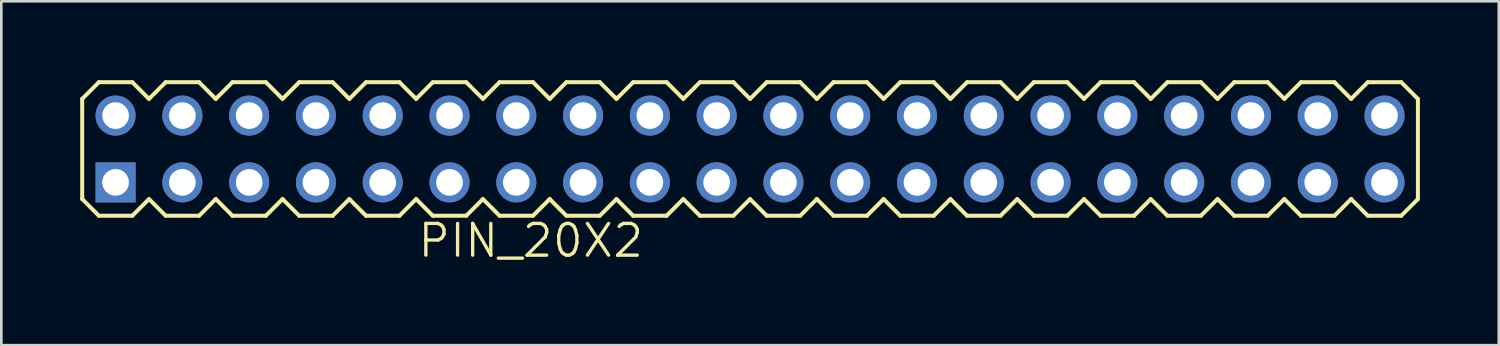
<source format=kicad_pcb>
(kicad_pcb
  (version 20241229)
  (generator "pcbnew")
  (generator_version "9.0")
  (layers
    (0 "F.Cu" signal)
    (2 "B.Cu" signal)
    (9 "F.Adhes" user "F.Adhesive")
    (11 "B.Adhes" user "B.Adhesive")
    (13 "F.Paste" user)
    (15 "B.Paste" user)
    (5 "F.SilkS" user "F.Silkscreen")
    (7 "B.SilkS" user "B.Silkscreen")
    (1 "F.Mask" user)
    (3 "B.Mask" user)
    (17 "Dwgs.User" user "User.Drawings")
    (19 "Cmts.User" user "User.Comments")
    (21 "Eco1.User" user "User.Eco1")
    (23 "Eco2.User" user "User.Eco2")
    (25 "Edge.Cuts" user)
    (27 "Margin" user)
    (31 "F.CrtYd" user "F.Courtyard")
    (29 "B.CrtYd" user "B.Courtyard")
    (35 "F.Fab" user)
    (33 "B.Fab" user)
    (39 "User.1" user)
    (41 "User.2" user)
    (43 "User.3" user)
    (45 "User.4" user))
  (footprint "PIN_20X2"
    (layer "F.Cu")
    (at 25.476 2.616)
    (property "Reference" "PIN_20X2" (at -12.7 4.191 0) (layer "F.SilkS") (effects (font (size 1.206 1.206) (thickness 0.127)) (justify left bottom)))
    (attr through_hole)
    (fp_line (start -25.4 -1.905) (end -25.4 1.905) (stroke (width 0.152) (type solid)) (layer "F.SilkS"))
    (fp_line (start -25.4 1.905) (end -24.765 2.54) (stroke (width 0.152) (type solid)) (layer "F.SilkS"))
    (fp_line (start -24.765 -2.54) (end -25.4 -1.905) (stroke (width 0.152) (type solid)) (layer "F.SilkS"))
    (fp_line (start -24.765 -2.54) (end -23.495 -2.54) (stroke (width 0.152) (type solid)) (layer "F.SilkS"))
    (fp_line (start -23.495 -2.54) (end -22.86 -1.905) (stroke (width 0.152) (type solid)) (layer "F.SilkS"))
    (fp_line (start -23.495 2.54) (end -24.765 2.54) (stroke (width 0.152) (type solid)) (layer "F.SilkS"))
    (fp_line (start -22.86 -1.905) (end -22.225 -2.54) (stroke (width 0.152) (type solid)) (layer "F.SilkS"))
    (fp_line (start -22.86 1.905) (end -23.495 2.54) (stroke (width 0.152) (type solid)) (layer "F.SilkS"))
    (fp_line (start -22.225 -2.54) (end -20.955 -2.54) (stroke (width 0.152) (type solid)) (layer "F.SilkS"))
    (fp_line (start -22.225 2.54) (end -22.86 1.905) (stroke (width 0.152) (type solid)) (layer "F.SilkS"))
    (fp_line (start -20.955 -2.54) (end -20.32 -1.905) (stroke (width 0.152) (type solid)) (layer "F.SilkS"))
    (fp_line (start -20.955 2.54) (end -22.225 2.54) (stroke (width 0.152) (type solid)) (layer "F.SilkS"))
    (fp_line (start -20.32 -1.905) (end -19.685 -2.54) (stroke (width 0.152) (type solid)) (layer "F.SilkS"))
    (fp_line (start -20.32 1.905) (end -20.955 2.54) (stroke (width 0.152) (type solid)) (layer "F.SilkS"))
    (fp_line (start -19.685 -2.54) (end -18.415 -2.54) (stroke (width 0.152) (type solid)) (layer "F.SilkS"))
    (fp_line (start -19.685 2.54) (end -20.32 1.905) (stroke (width 0.152) (type solid)) (layer "F.SilkS"))
    (fp_line (start -18.415 -2.54) (end -17.78 -1.905) (stroke (width 0.152) (type solid)) (layer "F.SilkS"))
    (fp_line (start -18.415 2.54) (end -19.685 2.54) (stroke (width 0.152) (type solid)) (layer "F.SilkS"))
    (fp_line (start -17.78 1.905) (end -18.415 2.54) (stroke (width 0.152) (type solid)) (layer "F.SilkS"))
    (fp_line (start -17.78 1.905) (end -17.145 2.54) (stroke (width 0.152) (type solid)) (layer "F.SilkS"))
    (fp_line (start -17.145 -2.54) (end -17.78 -1.905) (stroke (width 0.152) (type solid)) (layer "F.SilkS"))
    (fp_line (start -17.145 -2.54) (end -15.875 -2.54) (stroke (width 0.152) (type solid)) (layer "F.SilkS"))
    (fp_line (start -15.875 -2.54) (end -15.24 -1.905) (stroke (width 0.152) (type solid)) (layer "F.SilkS"))
    (fp_line (start -15.875 2.54) (end -17.145 2.54) (stroke (width 0.152) (type solid)) (layer "F.SilkS"))
    (fp_line (start -15.24 -1.905) (end -14.605 -2.54) (stroke (width 0.152) (type solid)) (layer "F.SilkS"))
    (fp_line (start -15.24 1.905) (end -15.875 2.54) (stroke (width 0.152) (type solid)) (layer "F.SilkS"))
    (fp_line (start -14.605 -2.54) (end -13.335 -2.54) (stroke (width 0.152) (type solid)) (layer "F.SilkS"))
    (fp_line (start -14.605 2.54) (end -15.24 1.905) (stroke (width 0.152) (type solid)) (layer "F.SilkS"))
    (fp_line (start -13.335 -2.54) (end -12.7 -1.905) (stroke (width 0.152) (type solid)) (layer "F.SilkS"))
    (fp_line (start -13.335 2.54) (end -14.605 2.54) (stroke (width 0.152) (type solid)) (layer "F.SilkS"))
    (fp_line (start -12.7 -1.905) (end -12.065 -2.54) (stroke (width 0.152) (type solid)) (layer "F.SilkS"))
    (fp_line (start -12.7 1.905) (end -13.335 2.54) (stroke (width 0.152) (type solid)) (layer "F.SilkS"))
    (fp_line (start -12.065 -2.54) (end -10.795 -2.54) (stroke (width 0.152) (type solid)) (layer "F.SilkS"))
    (fp_line (start -12.065 2.54) (end -12.7 1.905) (stroke (width 0.152) (type solid)) (layer "F.SilkS"))
    (fp_line (start -10.795 -2.54) (end -10.16 -1.905) (stroke (width 0.152) (type solid)) (layer "F.SilkS"))
    (fp_line (start -10.795 2.54) (end -12.065 2.54) (stroke (width 0.152) (type solid)) (layer "F.SilkS"))
    (fp_line (start -10.16 -1.905) (end -9.525 -2.54) (stroke (width 0.152) (type solid)) (layer "F.SilkS"))
    (fp_line (start -10.16 1.905) (end -10.795 2.54) (stroke (width 0.152) (type solid)) (layer "F.SilkS"))
    (fp_line (start -9.525 -2.54) (end -8.255 -2.54) (stroke (width 0.152) (type solid)) (layer "F.SilkS"))
    (fp_line (start -9.525 2.54) (end -10.16 1.905) (stroke (width 0.152) (type solid)) (layer "F.SilkS"))
    (fp_line (start -8.255 -2.54) (end -7.62 -1.905) (stroke (width 0.152) (type solid)) (layer "F.SilkS"))
    (fp_line (start -8.255 2.54) (end -9.525 2.54) (stroke (width 0.152) (type solid)) (layer "F.SilkS"))
    (fp_line (start -7.62 1.905) (end -8.255 2.54) (stroke (width 0.152) (type solid)) (layer "F.SilkS"))
    (fp_line (start -7.62 1.905) (end -6.985 2.54) (stroke (width 0.152) (type solid)) (layer "F.SilkS"))
    (fp_line (start -6.985 -2.54) (end -7.62 -1.905) (stroke (width 0.152) (type solid)) (layer "F.SilkS"))
    (fp_line (start -6.985 -2.54) (end -5.715 -2.54) (stroke (width 0.152) (type solid)) (layer "F.SilkS"))
    (fp_line (start -5.715 -2.54) (end -5.08 -1.905) (stroke (width 0.152) (type solid)) (layer "F.SilkS"))
    (fp_line (start -5.715 2.54) (end -6.985 2.54) (stroke (width 0.152) (type solid)) (layer "F.SilkS"))
    (fp_line (start -5.08 -1.905) (end -4.445 -2.54) (stroke (width 0.152) (type solid)) (layer "F.SilkS"))
    (fp_line (start -5.08 1.905) (end -5.715 2.54) (stroke (width 0.152) (type solid)) (layer "F.SilkS"))
    (fp_line (start -4.445 -2.54) (end -3.175 -2.54) (stroke (width 0.152) (type solid)) (layer "F.SilkS"))
    (fp_line (start -4.445 2.54) (end -5.08 1.905) (stroke (width 0.152) (type solid)) (layer "F.SilkS"))
    (fp_line (start -3.175 -2.54) (end -2.54 -1.905) (stroke (width 0.152) (type solid)) (layer "F.SilkS"))
    (fp_line (start -3.175 2.54) (end -4.445 2.54) (stroke (width 0.152) (type solid)) (layer "F.SilkS"))
    (fp_line (start -2.54 -1.905) (end -1.905 -2.54) (stroke (width 0.152) (type solid)) (layer "F.SilkS"))
    (fp_line (start -2.54 1.905) (end -3.175 2.54) (stroke (width 0.152) (type solid)) (layer "F.SilkS"))
    (fp_line (start -1.905 -2.54) (end -0.635 -2.54) (stroke (width 0.152) (type solid)) (layer "F.SilkS"))
    (fp_line (start -1.905 2.54) (end -2.54 1.905) (stroke (width 0.152) (type solid)) (layer "F.SilkS"))
    (fp_line (start -0.635 -2.54) (end 0 -1.905) (stroke (width 0.152) (type solid)) (layer "F.SilkS"))
    (fp_line (start -0.635 2.54) (end -1.905 2.54) (stroke (width 0.152) (type solid)) (layer "F.SilkS"))
    (fp_line (start 0 1.905) (end -0.635 2.54) (stroke (width 0.152) (type solid)) (layer "F.SilkS"))
    (fp_line (start 0 1.905) (end 0.635 2.54) (stroke (width 0.152) (type solid)) (layer "F.SilkS"))
    (fp_line (start 0.635 -2.54) (end 0 -1.905) (stroke (width 0.152) (type solid)) (layer "F.SilkS"))
    (fp_line (start 0.635 -2.54) (end 1.905 -2.54) (stroke (width 0.152) (type solid)) (layer "F.SilkS"))
    (fp_line (start 1.905 -2.54) (end 2.54 -1.905) (stroke (width 0.152) (type solid)) (layer "F.SilkS"))
    (fp_line (start 1.905 2.54) (end 0.635 2.54) (stroke (width 0.152) (type solid)) (layer "F.SilkS"))
    (fp_line (start 2.54 -1.905) (end 3.175 -2.54) (stroke (width 0.152) (type solid)) (layer "F.SilkS"))
    (fp_line (start 2.54 1.905) (end 1.905 2.54) (stroke (width 0.152) (type solid)) (layer "F.SilkS"))
    (fp_line (start 3.175 -2.54) (end 4.445 -2.54) (stroke (width 0.152) (type solid)) (layer "F.SilkS"))
    (fp_line (start 3.175 2.54) (end 2.54 1.905) (stroke (width 0.152) (type solid)) (layer "F.SilkS"))
    (fp_line (start 4.445 -2.54) (end 5.08 -1.905) (stroke (width 0.152) (type solid)) (layer "F.SilkS"))
    (fp_line (start 4.445 2.54) (end 3.175 2.54) (stroke (width 0.152) (type solid)) (layer "F.SilkS"))
    (fp_line (start 5.08 -1.905) (end 5.715 -2.54) (stroke (width 0.152) (type solid)) (layer "F.SilkS"))
    (fp_line (start 5.08 1.905) (end 4.445 2.54) (stroke (width 0.152) (type solid)) (layer "F.SilkS"))
    (fp_line (start 5.715 -2.54) (end 6.985 -2.54) (stroke (width 0.152) (type solid)) (layer "F.SilkS"))
    (fp_line (start 5.715 2.54) (end 5.08 1.905) (stroke (width 0.152) (type solid)) (layer "F.SilkS"))
    (fp_line (start 6.985 -2.54) (end 7.62 -1.905) (stroke (width 0.152) (type solid)) (layer "F.SilkS"))
    (fp_line (start 6.985 2.54) (end 5.715 2.54) (stroke (width 0.152) (type solid)) (layer "F.SilkS"))
    (fp_line (start 7.62 -1.905) (end 8.255 -2.54) (stroke (width 0.152) (type solid)) (layer "F.SilkS"))
    (fp_line (start 7.62 1.905) (end 6.985 2.54) (stroke (width 0.152) (type solid)) (layer "F.SilkS"))
    (fp_line (start 8.255 -2.54) (end 9.525 -2.54) (stroke (width 0.152) (type solid)) (layer "F.SilkS"))
    (fp_line (start 8.255 2.54) (end 7.62 1.905) (stroke (width 0.152) (type solid)) (layer "F.SilkS"))
    (fp_line (start 9.525 -2.54) (end 10.16 -1.905) (stroke (width 0.152) (type solid)) (layer "F.SilkS"))
    (fp_line (start 9.525 2.54) (end 8.255 2.54) (stroke (width 0.152) (type solid)) (layer "F.SilkS"))
    (fp_line (start 10.16 1.905) (end 9.525 2.54) (stroke (width 0.152) (type solid)) (layer "F.SilkS"))
    (fp_line (start 10.16 1.905) (end 10.795 2.54) (stroke (width 0.152) (type solid)) (layer "F.SilkS"))
    (fp_line (start 10.795 -2.54) (end 10.16 -1.905) (stroke (width 0.152) (type solid)) (layer "F.SilkS"))
    (fp_line (start 10.795 -2.54) (end 12.065 -2.54) (stroke (width 0.152) (type solid)) (layer "F.SilkS"))
    (fp_line (start 12.065 -2.54) (end 12.7 -1.905) (stroke (width 0.152) (type solid)) (layer "F.SilkS"))
    (fp_line (start 12.065 2.54) (end 10.795 2.54) (stroke (width 0.152) (type solid)) (layer "F.SilkS"))
    (fp_line (start 12.7 -1.905) (end 13.335 -2.54) (stroke (width 0.152) (type solid)) (layer "F.SilkS"))
    (fp_line (start 12.7 1.905) (end 12.065 2.54) (stroke (width 0.152) (type solid)) (layer "F.SilkS"))
    (fp_line (start 13.335 -2.54) (end 14.605 -2.54) (stroke (width 0.152) (type solid)) (layer "F.SilkS"))
    (fp_line (start 13.335 2.54) (end 12.7 1.905) (stroke (width 0.152) (type solid)) (layer "F.SilkS"))
    (fp_line (start 14.605 -2.54) (end 15.24 -1.905) (stroke (width 0.152) (type solid)) (layer "F.SilkS"))
    (fp_line (start 14.605 2.54) (end 13.335 2.54) (stroke (width 0.152) (type solid)) (layer "F.SilkS"))
    (fp_line (start 15.24 -1.905) (end 15.875 -2.54) (stroke (width 0.152) (type solid)) (layer "F.SilkS"))
    (fp_line (start 15.24 1.905) (end 14.605 2.54) (stroke (width 0.152) (type solid)) (layer "F.SilkS"))
    (fp_line (start 15.875 -2.54) (end 17.145 -2.54) (stroke (width 0.152) (type solid)) (layer "F.SilkS"))
    (fp_line (start 15.875 2.54) (end 15.24 1.905) (stroke (width 0.152) (type solid)) (layer "F.SilkS"))
    (fp_line (start 17.145 -2.54) (end 17.78 -1.905) (stroke (width 0.152) (type solid)) (layer "F.SilkS"))
    (fp_line (start 17.145 2.54) (end 15.875 2.54) (stroke (width 0.152) (type solid)) (layer "F.SilkS"))
    (fp_line (start 17.78 1.905) (end 17.145 2.54) (stroke (width 0.152) (type solid)) (layer "F.SilkS"))
    (fp_line (start 17.78 1.905) (end 18.415 2.54) (stroke (width 0.152) (type solid)) (layer "F.SilkS"))
    (fp_line (start 18.415 -2.54) (end 17.78 -1.905) (stroke (width 0.152) (type solid)) (layer "F.SilkS"))
    (fp_line (start 18.415 -2.54) (end 19.685 -2.54) (stroke (width 0.152) (type solid)) (layer "F.SilkS"))
    (fp_line (start 19.685 -2.54) (end 20.32 -1.905) (stroke (width 0.152) (type solid)) (layer "F.SilkS"))
    (fp_line (start 19.685 2.54) (end 18.415 2.54) (stroke (width 0.152) (type solid)) (layer "F.SilkS"))
    (fp_line (start 20.32 -1.905) (end 20.955 -2.54) (stroke (width 0.152) (type solid)) (layer "F.SilkS"))
    (fp_line (start 20.32 1.905) (end 19.685 2.54) (stroke (width 0.152) (type solid)) (layer "F.SilkS"))
    (fp_line (start 20.955 -2.54) (end 22.225 -2.54) (stroke (width 0.152) (type solid)) (layer "F.SilkS"))
    (fp_line (start 20.955 2.54) (end 20.32 1.905) (stroke (width 0.152) (type solid)) (layer "F.SilkS"))
    (fp_line (start 22.225 -2.54) (end 22.86 -1.905) (stroke (width 0.152) (type solid)) (layer "F.SilkS"))
    (fp_line (start 22.225 2.54) (end 20.955 2.54) (stroke (width 0.152) (type solid)) (layer "F.SilkS"))
    (fp_line (start 22.86 -1.905) (end 23.495 -2.54) (stroke (width 0.152) (type solid)) (layer "F.SilkS"))
    (fp_line (start 22.86 1.905) (end 22.225 2.54) (stroke (width 0.152) (type solid)) (layer "F.SilkS"))
    (fp_line (start 23.495 -2.54) (end 24.765 -2.54) (stroke (width 0.152) (type solid)) (layer "F.SilkS"))
    (fp_line (start 23.495 2.54) (end 22.86 1.905) (stroke (width 0.152) (type solid)) (layer "F.SilkS"))
    (fp_line (start 24.765 -2.54) (end 25.4 -1.905) (stroke (width 0.152) (type solid)) (layer "F.SilkS"))
    (fp_line (start 24.765 2.54) (end 23.495 2.54) (stroke (width 0.152) (type solid)) (layer "F.SilkS"))
    (fp_line (start 25.4 -1.905) (end 25.4 1.905) (stroke (width 0.152) (type solid)) (layer "F.SilkS"))
    (fp_line (start 25.4 1.905) (end 24.765 2.54) (stroke (width 0.152) (type solid)) (layer "F.SilkS"))
    (fp_poly (pts (xy -24.384 -1.016) (xy -23.876 -1.016) (xy -23.876 -1.524) (xy -24.384 -1.524)) (stroke (width 0.1) (type solid)) (fill no) (layer "F.Fab"))
    (fp_poly (pts (xy -24.384 1.524) (xy -23.876 1.524) (xy -23.876 1.016) (xy -24.384 1.016)) (stroke (width 0.1) (type solid)) (fill no) (layer "F.Fab"))
    (fp_poly (pts (xy -21.844 -1.016) (xy -21.336 -1.016) (xy -21.336 -1.524) (xy -21.844 -1.524)) (stroke (width 0.1) (type solid)) (fill no) (layer "F.Fab"))
    (fp_poly (pts (xy -21.844 1.524) (xy -21.336 1.524) (xy -21.336 1.016) (xy -21.844 1.016)) (stroke (width 0.1) (type solid)) (fill no) (layer "F.Fab"))
    (fp_poly (pts (xy -19.304 -1.016) (xy -18.796 -1.016) (xy -18.796 -1.524) (xy -19.304 -1.524)) (stroke (width 0.1) (type solid)) (fill no) (layer "F.Fab"))
    (fp_poly (pts (xy -19.304 1.524) (xy -18.796 1.524) (xy -18.796 1.016) (xy -19.304 1.016)) (stroke (width 0.1) (type solid)) (fill no) (layer "F.Fab"))
    (fp_poly (pts (xy -16.764 -1.016) (xy -16.256 -1.016) (xy -16.256 -1.524) (xy -16.764 -1.524)) (stroke (width 0.1) (type solid)) (fill no) (layer "F.Fab"))
    (fp_poly (pts (xy -16.764 1.524) (xy -16.256 1.524) (xy -16.256 1.016) (xy -16.764 1.016)) (stroke (width 0.1) (type solid)) (fill no) (layer "F.Fab"))
    (fp_poly (pts (xy -14.224 -1.016) (xy -13.716 -1.016) (xy -13.716 -1.524) (xy -14.224 -1.524)) (stroke (width 0.1) (type solid)) (fill no) (layer "F.Fab"))
    (fp_poly (pts (xy -14.224 1.524) (xy -13.716 1.524) (xy -13.716 1.016) (xy -14.224 1.016)) (stroke (width 0.1) (type solid)) (fill no) (layer "F.Fab"))
    (fp_poly (pts (xy -11.684 -1.016) (xy -11.176 -1.016) (xy -11.176 -1.524) (xy -11.684 -1.524)) (stroke (width 0.1) (type solid)) (fill no) (layer "F.Fab"))
    (fp_poly (pts (xy -11.684 1.524) (xy -11.176 1.524) (xy -11.176 1.016) (xy -11.684 1.016)) (stroke (width 0.1) (type solid)) (fill no) (layer "F.Fab"))
    (fp_poly (pts (xy -9.144 -1.016) (xy -8.636 -1.016) (xy -8.636 -1.524) (xy -9.144 -1.524)) (stroke (width 0.1) (type solid)) (fill no) (layer "F.Fab"))
    (fp_poly (pts (xy -9.144 1.524) (xy -8.636 1.524) (xy -8.636 1.016) (xy -9.144 1.016)) (stroke (width 0.1) (type solid)) (fill no) (layer "F.Fab"))
    (fp_poly (pts (xy -6.604 -1.016) (xy -6.096 -1.016) (xy -6.096 -1.524) (xy -6.604 -1.524)) (stroke (width 0.1) (type solid)) (fill no) (layer "F.Fab"))
    (fp_poly (pts (xy -6.604 1.524) (xy -6.096 1.524) (xy -6.096 1.016) (xy -6.604 1.016)) (stroke (width 0.1) (type solid)) (fill no) (layer "F.Fab"))
    (fp_poly (pts (xy -4.064 -1.016) (xy -3.556 -1.016) (xy -3.556 -1.524) (xy -4.064 -1.524)) (stroke (width 0.1) (type solid)) (fill no) (layer "F.Fab"))
    (fp_poly (pts (xy -4.064 1.524) (xy -3.556 1.524) (xy -3.556 1.016) (xy -4.064 1.016)) (stroke (width 0.1) (type solid)) (fill no) (layer "F.Fab"))
    (fp_poly (pts (xy -1.524 -1.016) (xy -1.016 -1.016) (xy -1.016 -1.524) (xy -1.524 -1.524)) (stroke (width 0.1) (type solid)) (fill no) (layer "F.Fab"))
    (fp_poly (pts (xy -1.524 1.524) (xy -1.016 1.524) (xy -1.016 1.016) (xy -1.524 1.016)) (stroke (width 0.1) (type solid)) (fill no) (layer "F.Fab"))
    (fp_poly (pts (xy 1.016 -1.016) (xy 1.524 -1.016) (xy 1.524 -1.524) (xy 1.016 -1.524)) (stroke (width 0.1) (type solid)) (fill no) (layer "F.Fab"))
    (fp_poly (pts (xy 1.016 1.524) (xy 1.524 1.524) (xy 1.524 1.016) (xy 1.016 1.016)) (stroke (width 0.1) (type solid)) (fill no) (layer "F.Fab"))
    (fp_poly (pts (xy 3.556 -1.016) (xy 4.064 -1.016) (xy 4.064 -1.524) (xy 3.556 -1.524)) (stroke (width 0.1) (type solid)) (fill no) (layer "F.Fab"))
    (fp_poly (pts (xy 3.556 1.524) (xy 4.064 1.524) (xy 4.064 1.016) (xy 3.556 1.016)) (stroke (width 0.1) (type solid)) (fill no) (layer "F.Fab"))
    (fp_poly (pts (xy 6.096 -1.016) (xy 6.604 -1.016) (xy 6.604 -1.524) (xy 6.096 -1.524)) (stroke (width 0.1) (type solid)) (fill no) (layer "F.Fab"))
    (fp_poly (pts (xy 6.096 1.524) (xy 6.604 1.524) (xy 6.604 1.016) (xy 6.096 1.016)) (stroke (width 0.1) (type solid)) (fill no) (layer "F.Fab"))
    (fp_poly (pts (xy 8.636 -1.016) (xy 9.144 -1.016) (xy 9.144 -1.524) (xy 8.636 -1.524)) (stroke (width 0.1) (type solid)) (fill no) (layer "F.Fab"))
    (fp_poly (pts (xy 8.636 1.524) (xy 9.144 1.524) (xy 9.144 1.016) (xy 8.636 1.016)) (stroke (width 0.1) (type solid)) (fill no) (layer "F.Fab"))
    (fp_poly (pts (xy 11.176 -1.016) (xy 11.684 -1.016) (xy 11.684 -1.524) (xy 11.176 -1.524)) (stroke (width 0.1) (type solid)) (fill no) (layer "F.Fab"))
    (fp_poly (pts (xy 11.176 1.524) (xy 11.684 1.524) (xy 11.684 1.016) (xy 11.176 1.016)) (stroke (width 0.1) (type solid)) (fill no) (layer "F.Fab"))
    (fp_poly (pts (xy 13.716 -1.016) (xy 14.224 -1.016) (xy 14.224 -1.524) (xy 13.716 -1.524)) (stroke (width 0.1) (type solid)) (fill no) (layer "F.Fab"))
    (fp_poly (pts (xy 13.716 1.524) (xy 14.224 1.524) (xy 14.224 1.016) (xy 13.716 1.016)) (stroke (width 0.1) (type solid)) (fill no) (layer "F.Fab"))
    (fp_poly (pts (xy 16.256 -1.016) (xy 16.764 -1.016) (xy 16.764 -1.524) (xy 16.256 -1.524)) (stroke (width 0.1) (type solid)) (fill no) (layer "F.Fab"))
    (fp_poly (pts (xy 16.256 1.524) (xy 16.764 1.524) (xy 16.764 1.016) (xy 16.256 1.016)) (stroke (width 0.1) (type solid)) (fill no) (layer "F.Fab"))
    (fp_poly (pts (xy 18.796 -1.016) (xy 19.304 -1.016) (xy 19.304 -1.524) (xy 18.796 -1.524)) (stroke (width 0.1) (type solid)) (fill no) (layer "F.Fab"))
    (fp_poly (pts (xy 18.796 1.524) (xy 19.304 1.524) (xy 19.304 1.016) (xy 18.796 1.016)) (stroke (width 0.1) (type solid)) (fill no) (layer "F.Fab"))
    (fp_poly (pts (xy 21.336 -1.016) (xy 21.844 -1.016) (xy 21.844 -1.524) (xy 21.336 -1.524)) (stroke (width 0.1) (type solid)) (fill no) (layer "F.Fab"))
    (fp_poly (pts (xy 21.336 1.524) (xy 21.844 1.524) (xy 21.844 1.016) (xy 21.336 1.016)) (stroke (width 0.1) (type solid)) (fill no) (layer "F.Fab"))
    (fp_poly (pts (xy 23.876 -1.016) (xy 24.384 -1.016) (xy 24.384 -1.524) (xy 23.876 -1.524)) (stroke (width 0.1) (type solid)) (fill no) (layer "F.Fab"))
    (fp_poly (pts (xy 23.876 1.524) (xy 24.384 1.524) (xy 24.384 1.016) (xy 23.876 1.016)) (stroke (width 0.1) (type solid)) (fill no) (layer "F.Fab"))
    (pad "1" thru_hole rect (at -24.13 1.27) (size 1.524 1.524) (drill 1.016) (layers "*.Cu" "*.Mask"))
    (pad "2" thru_hole circle (at -24.13 -1.27) (size 1.524 1.524) (drill 1.016) (layers "*.Cu" "*.Mask"))
    (pad "3" thru_hole circle (at -21.59 1.27) (size 1.524 1.524) (drill 1.016) (layers "*.Cu" "*.Mask"))
    (pad "4" thru_hole circle (at -21.59 -1.27) (size 1.524 1.524) (drill 1.016) (layers "*.Cu" "*.Mask"))
    (pad "5" thru_hole circle (at -19.05 1.27) (size 1.524 1.524) (drill 1.016) (layers "*.Cu" "*.Mask"))
    (pad "6" thru_hole circle (at -19.05 -1.27) (size 1.524 1.524) (drill 1.016) (layers "*.Cu" "*.Mask"))
    (pad "7" thru_hole circle (at -16.51 1.27) (size 1.524 1.524) (drill 1.016) (layers "*.Cu" "*.Mask"))
    (pad "8" thru_hole circle (at -16.51 -1.27) (size 1.524 1.524) (drill 1.016) (layers "*.Cu" "*.Mask"))
    (pad "9" thru_hole circle (at -13.97 1.27) (size 1.524 1.524) (drill 1.016) (layers "*.Cu" "*.Mask"))
    (pad "10" thru_hole circle (at -13.97 -1.27) (size 1.524 1.524) (drill 1.016) (layers "*.Cu" "*.Mask"))
    (pad "11" thru_hole circle (at -11.43 1.27) (size 1.524 1.524) (drill 1.016) (layers "*.Cu" "*.Mask"))
    (pad "12" thru_hole circle (at -11.43 -1.27) (size 1.524 1.524) (drill 1.016) (layers "*.Cu" "*.Mask"))
    (pad "13" thru_hole circle (at -8.89 1.27) (size 1.524 1.524) (drill 1.016) (layers "*.Cu" "*.Mask"))
    (pad "14" thru_hole circle (at -8.89 -1.27) (size 1.524 1.524) (drill 1.016) (layers "*.Cu" "*.Mask"))
    (pad "15" thru_hole circle (at -6.35 1.27) (size 1.524 1.524) (drill 1.016) (layers "*.Cu" "*.Mask"))
    (pad "16" thru_hole circle (at -6.35 -1.27) (size 1.524 1.524) (drill 1.016) (layers "*.Cu" "*.Mask"))
    (pad "17" thru_hole circle (at -3.81 1.27) (size 1.524 1.524) (drill 1.016) (layers "*.Cu" "*.Mask"))
    (pad "18" thru_hole circle (at -3.81 -1.27) (size 1.524 1.524) (drill 1.016) (layers "*.Cu" "*.Mask"))
    (pad "19" thru_hole circle (at -1.27 1.27) (size 1.524 1.524) (drill 1.016) (layers "*.Cu" "*.Mask"))
    (pad "20" thru_hole circle (at -1.27 -1.27) (size 1.524 1.524) (drill 1.016) (layers "*.Cu" "*.Mask"))
    (pad "21" thru_hole circle (at 1.27 1.27) (size 1.524 1.524) (drill 1.016) (layers "*.Cu" "*.Mask"))
    (pad "22" thru_hole circle (at 1.27 -1.27) (size 1.524 1.524) (drill 1.016) (layers "*.Cu" "*.Mask"))
    (pad "23" thru_hole circle (at 3.81 1.27) (size 1.524 1.524) (drill 1.016) (layers "*.Cu" "*.Mask"))
    (pad "24" thru_hole circle (at 3.81 -1.27) (size 1.524 1.524) (drill 1.016) (layers "*.Cu" "*.Mask"))
    (pad "25" thru_hole circle (at 6.35 1.27) (size 1.524 1.524) (drill 1.016) (layers "*.Cu" "*.Mask"))
    (pad "26" thru_hole circle (at 6.35 -1.27) (size 1.524 1.524) (drill 1.016) (layers "*.Cu" "*.Mask"))
    (pad "27" thru_hole circle (at 8.89 1.27) (size 1.524 1.524) (drill 1.016) (layers "*.Cu" "*.Mask"))
    (pad "28" thru_hole circle (at 8.89 -1.27) (size 1.524 1.524) (drill 1.016) (layers "*.Cu" "*.Mask"))
    (pad "29" thru_hole circle (at 11.43 1.27) (size 1.524 1.524) (drill 1.016) (layers "*.Cu" "*.Mask"))
    (pad "30" thru_hole circle (at 11.43 -1.27) (size 1.524 1.524) (drill 1.016) (layers "*.Cu" "*.Mask"))
    (pad "31" thru_hole circle (at 13.97 1.27) (size 1.524 1.524) (drill 1.016) (layers "*.Cu" "*.Mask"))
    (pad "32" thru_hole circle (at 13.97 -1.27) (size 1.524 1.524) (drill 1.016) (layers "*.Cu" "*.Mask"))
    (pad "33" thru_hole circle (at 16.51 1.27) (size 1.524 1.524) (drill 1.016) (layers "*.Cu" "*.Mask"))
    (pad "34" thru_hole circle (at 16.51 -1.27) (size 1.524 1.524) (drill 1.016) (layers "*.Cu" "*.Mask"))
    (pad "35" thru_hole circle (at 19.05 1.27) (size 1.524 1.524) (drill 1.016) (layers "*.Cu" "*.Mask"))
    (pad "36" thru_hole circle (at 19.05 -1.27) (size 1.524 1.524) (drill 1.016) (layers "*.Cu" "*.Mask"))
    (pad "37" thru_hole circle (at 21.59 1.27) (size 1.524 1.524) (drill 1.016) (layers "*.Cu" "*.Mask"))
    (pad "38" thru_hole circle (at 21.59 -1.27) (size 1.524 1.524) (drill 1.016) (layers "*.Cu" "*.Mask"))
    (pad "39" thru_hole circle (at 24.13 1.27) (size 1.524 1.524) (drill 1.016) (layers "*.Cu" "*.Mask"))
    (pad "40" thru_hole circle (at 24.13 -1.27) (size 1.524 1.524) (drill 1.016) (layers "*.Cu" "*.Mask")))
  (gr_rect
    (start -3 -3)
    (end 53.952 10.077)
    (stroke (width 0.1) (type default))
    (fill no)
    (layer "Edge.Cuts")))
</source>
